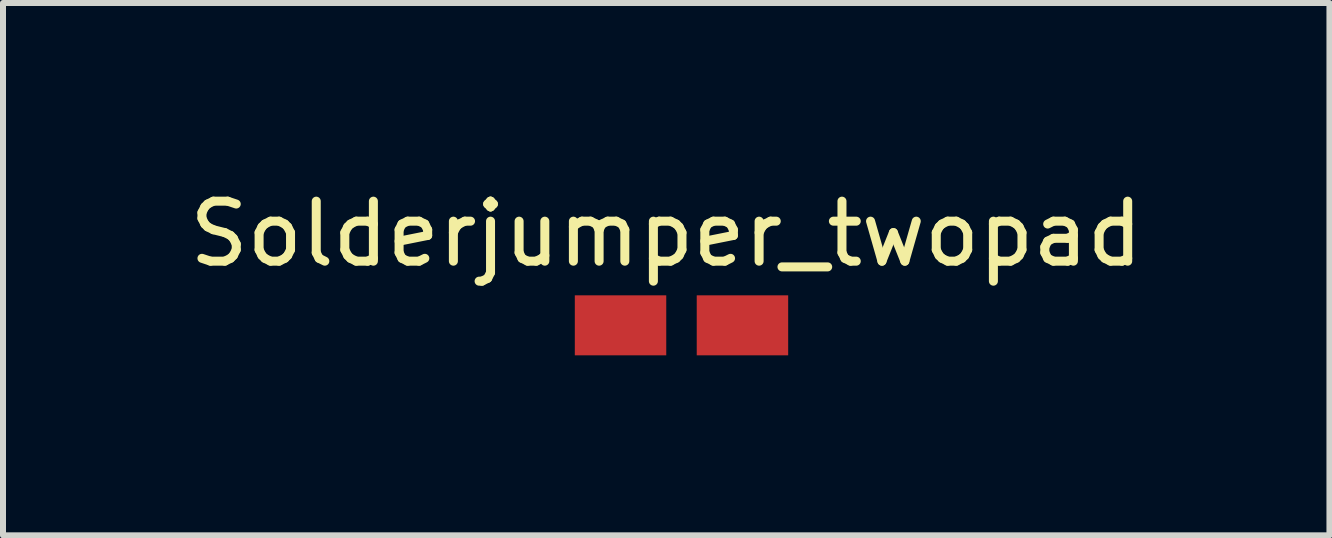
<source format=kicad_pcb>
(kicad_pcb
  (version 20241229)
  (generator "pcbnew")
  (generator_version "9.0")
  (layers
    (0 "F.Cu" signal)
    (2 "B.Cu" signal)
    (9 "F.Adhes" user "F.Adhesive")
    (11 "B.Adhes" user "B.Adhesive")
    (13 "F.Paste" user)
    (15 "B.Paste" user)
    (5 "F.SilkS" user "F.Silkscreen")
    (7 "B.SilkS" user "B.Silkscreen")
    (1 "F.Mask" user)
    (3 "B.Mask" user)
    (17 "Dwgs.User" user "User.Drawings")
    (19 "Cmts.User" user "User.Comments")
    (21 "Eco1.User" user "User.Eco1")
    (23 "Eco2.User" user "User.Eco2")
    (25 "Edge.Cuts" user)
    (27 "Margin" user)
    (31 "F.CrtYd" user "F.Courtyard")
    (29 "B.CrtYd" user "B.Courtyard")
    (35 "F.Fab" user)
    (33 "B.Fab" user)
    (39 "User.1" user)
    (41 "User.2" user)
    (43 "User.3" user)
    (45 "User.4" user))
  (footprint "Solderjumper_twopad"
    (layer "F.Cu")
    (at 8.308 2.372)
    (property "Reference" "Solderjumper_twopad" (at -0.254 -1.524 0) (layer "F.SilkS") (effects (font (size 1 1) (thickness 0.15))))
    (attr through_hole)
    (pad "1" smd rect (at -1.016 0) (size 1.524 1) (layers "F.Cu" "F.Mask" "F.Paste"))
    (pad "2" smd rect (at 1.016 0) (size 1.524 1) (layers "F.Cu" "F.Mask" "F.Paste")))
  (gr_rect
    (start -3 -3)
    (end 19.107 5.872)
    (stroke (width 0.1) (type default))
    (fill no)
    (layer "Edge.Cuts")))
</source>
